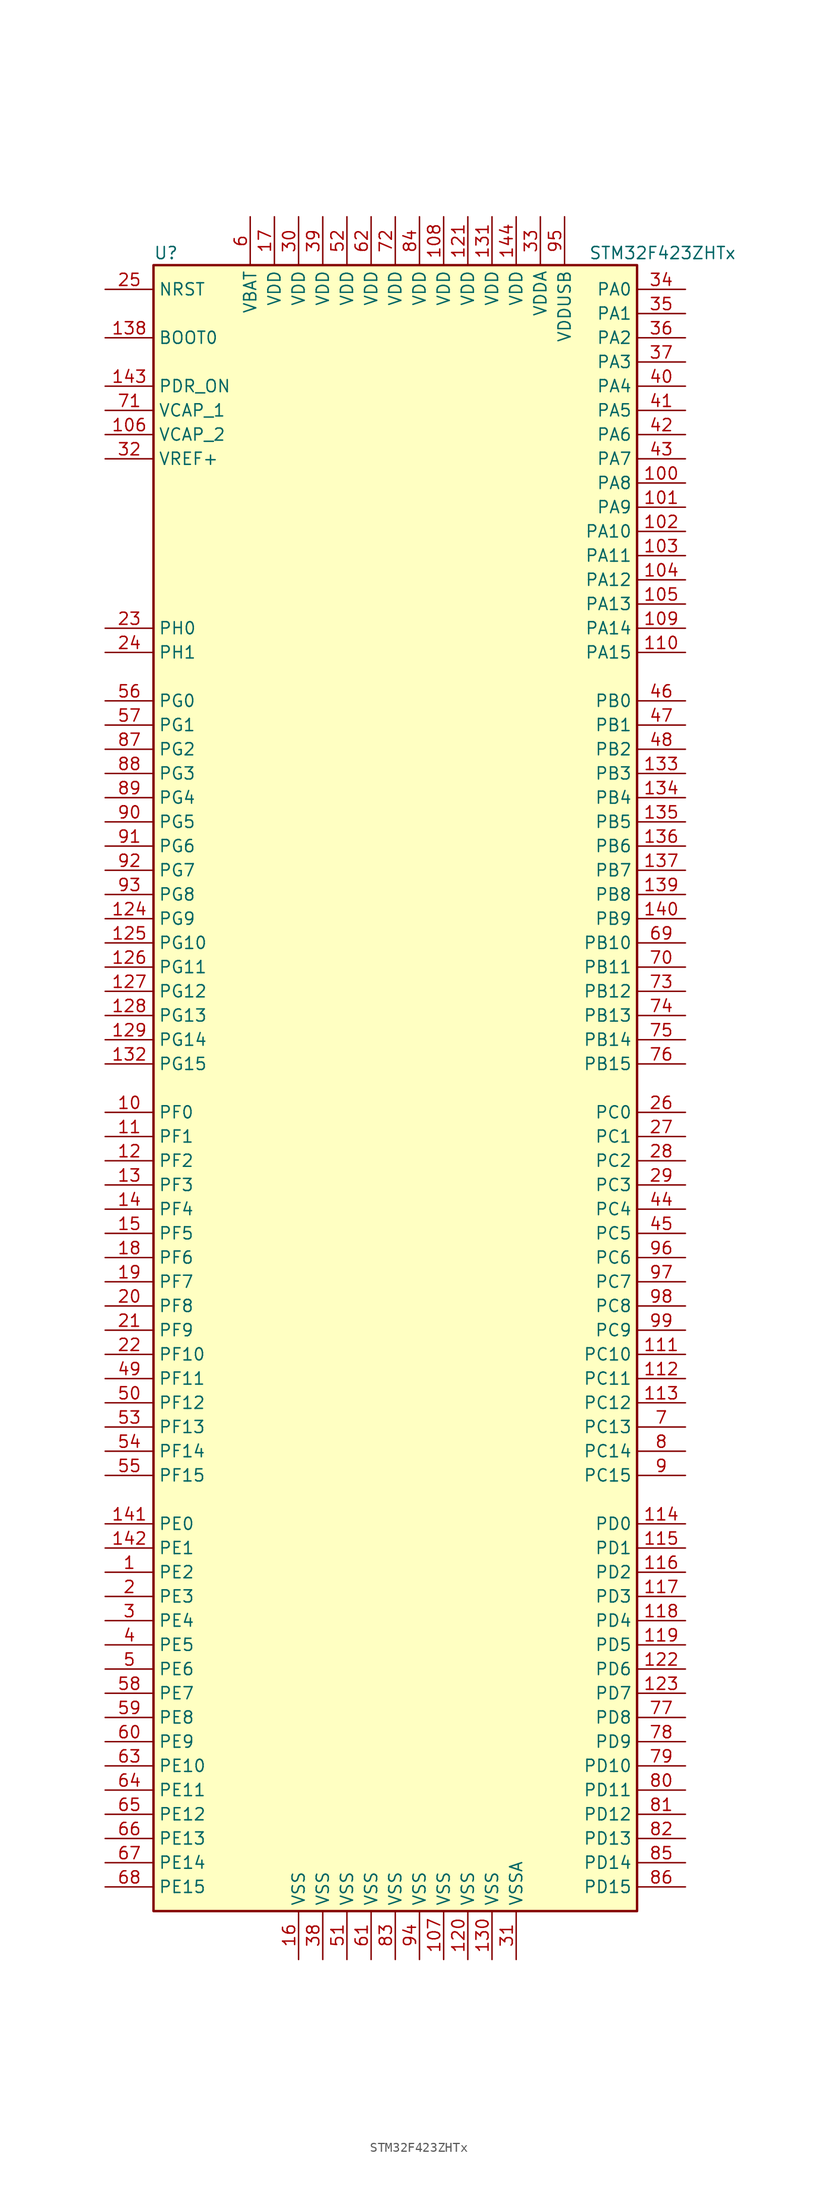
<source format=kicad_sym>
(kicad_symbol_lib
  (version 20220914)
  (generator kicad_symbol_editor)
  (symbol "STM32F423ZHTx"
    (property "Reference" "U"
      (at -25.4 87.63 0)
      (effects (font (size 1.27 1.27)) (justify left)))
    (property "Value" "STM32F423ZHTx"
      (at 20.32 87.63 0)
      (effects (font (size 1.27 1.27)) (justify left)))
    (symbol "STM32F423ZHTx_0_1"
      (rectangle (start -25.4 -86.36) (end 25.4 86.36) (stroke (width 0.254) (type default)) (fill (type background))))
    (symbol "STM32F423ZHTx_1_1"
      (pin bidirectional line (at -30.48 -50.8 0) (length 5.08) (name "PE2" (effects (font (size 1.27 1.27)))) (number "1" (effects (font (size 1.27 1.27)))))
      (pin bidirectional line (at -30.48 -2.54 0) (length 5.08) (name "PF0" (effects (font (size 1.27 1.27)))) (number "10" (effects (font (size 1.27 1.27)))))
      (pin bidirectional line (at 30.48 63.5 180) (length 5.08) (name "PA8" (effects (font (size 1.27 1.27)))) (number "100" (effects (font (size 1.27 1.27)))))
      (pin bidirectional line (at 30.48 60.96 180) (length 5.08) (name "PA9" (effects (font (size 1.27 1.27)))) (number "101" (effects (font (size 1.27 1.27)))))
      (pin bidirectional line (at 30.48 58.42 180) (length 5.08) (name "PA10" (effects (font (size 1.27 1.27)))) (number "102" (effects (font (size 1.27 1.27)))))
      (pin bidirectional line (at 30.48 55.88 180) (length 5.08) (name "PA11" (effects (font (size 1.27 1.27)))) (number "103" (effects (font (size 1.27 1.27)))))
      (pin bidirectional line (at 30.48 53.34 180) (length 5.08) (name "PA12" (effects (font (size 1.27 1.27)))) (number "104" (effects (font (size 1.27 1.27)))))
      (pin bidirectional line (at 30.48 50.8 180) (length 5.08) (name "PA13" (effects (font (size 1.27 1.27)))) (number "105" (effects (font (size 1.27 1.27)))))
      (pin power_in line (at -30.48 68.58 0) (length 5.08) (name "VCAP_2" (effects (font (size 1.27 1.27)))) (number "106" (effects (font (size 1.27 1.27)))))
      (pin power_in line (at 5.08 -91.44 90) (length 5.08) (name "VSS" (effects (font (size 1.27 1.27)))) (number "107" (effects (font (size 1.27 1.27)))))
      (pin power_in line (at 5.08 91.44 270) (length 5.08) (name "VDD" (effects (font (size 1.27 1.27)))) (number "108" (effects (font (size 1.27 1.27)))))
      (pin bidirectional line (at 30.48 48.26 180) (length 5.08) (name "PA14" (effects (font (size 1.27 1.27)))) (number "109" (effects (font (size 1.27 1.27)))))
      (pin bidirectional line (at -30.48 -5.08 0) (length 5.08) (name "PF1" (effects (font (size 1.27 1.27)))) (number "11" (effects (font (size 1.27 1.27)))))
      (pin bidirectional line (at 30.48 45.72 180) (length 5.08) (name "PA15" (effects (font (size 1.27 1.27)))) (number "110" (effects (font (size 1.27 1.27)))))
      (pin bidirectional line (at 30.48 -27.94 180) (length 5.08) (name "PC10" (effects (font (size 1.27 1.27)))) (number "111" (effects (font (size 1.27 1.27)))))
      (pin bidirectional line (at 30.48 -30.48 180) (length 5.08) (name "PC11" (effects (font (size 1.27 1.27)))) (number "112" (effects (font (size 1.27 1.27)))))
      (pin bidirectional line (at 30.48 -33.02 180) (length 5.08) (name "PC12" (effects (font (size 1.27 1.27)))) (number "113" (effects (font (size 1.27 1.27)))))
      (pin bidirectional line (at 30.48 -45.72 180) (length 5.08) (name "PD0" (effects (font (size 1.27 1.27)))) (number "114" (effects (font (size 1.27 1.27)))))
      (pin bidirectional line (at 30.48 -48.26 180) (length 5.08) (name "PD1" (effects (font (size 1.27 1.27)))) (number "115" (effects (font (size 1.27 1.27)))))
      (pin bidirectional line (at 30.48 -50.8 180) (length 5.08) (name "PD2" (effects (font (size 1.27 1.27)))) (number "116" (effects (font (size 1.27 1.27)))))
      (pin bidirectional line (at 30.48 -53.34 180) (length 5.08) (name "PD3" (effects (font (size 1.27 1.27)))) (number "117" (effects (font (size 1.27 1.27)))))
      (pin bidirectional line (at 30.48 -55.88 180) (length 5.08) (name "PD4" (effects (font (size 1.27 1.27)))) (number "118" (effects (font (size 1.27 1.27)))))
      (pin bidirectional line (at 30.48 -58.42 180) (length 5.08) (name "PD5" (effects (font (size 1.27 1.27)))) (number "119" (effects (font (size 1.27 1.27)))))
      (pin bidirectional line (at -30.48 -7.62 0) (length 5.08) (name "PF2" (effects (font (size 1.27 1.27)))) (number "12" (effects (font (size 1.27 1.27)))))
      (pin power_in line (at 7.62 -91.44 90) (length 5.08) (name "VSS" (effects (font (size 1.27 1.27)))) (number "120" (effects (font (size 1.27 1.27)))))
      (pin power_in line (at 7.62 91.44 270) (length 5.08) (name "VDD" (effects (font (size 1.27 1.27)))) (number "121" (effects (font (size 1.27 1.27)))))
      (pin bidirectional line (at 30.48 -60.96 180) (length 5.08) (name "PD6" (effects (font (size 1.27 1.27)))) (number "122" (effects (font (size 1.27 1.27)))))
      (pin bidirectional line (at 30.48 -63.5 180) (length 5.08) (name "PD7" (effects (font (size 1.27 1.27)))) (number "123" (effects (font (size 1.27 1.27)))))
      (pin bidirectional line (at -30.48 17.78 0) (length 5.08) (name "PG9" (effects (font (size 1.27 1.27)))) (number "124" (effects (font (size 1.27 1.27)))))
      (pin bidirectional line (at -30.48 15.24 0) (length 5.08) (name "PG10" (effects (font (size 1.27 1.27)))) (number "125" (effects (font (size 1.27 1.27)))))
      (pin bidirectional line (at -30.48 12.7 0) (length 5.08) (name "PG11" (effects (font (size 1.27 1.27)))) (number "126" (effects (font (size 1.27 1.27)))))
      (pin bidirectional line (at -30.48 10.16 0) (length 5.08) (name "PG12" (effects (font (size 1.27 1.27)))) (number "127" (effects (font (size 1.27 1.27)))))
      (pin bidirectional line (at -30.48 7.62 0) (length 5.08) (name "PG13" (effects (font (size 1.27 1.27)))) (number "128" (effects (font (size 1.27 1.27)))))
      (pin bidirectional line (at -30.48 5.08 0) (length 5.08) (name "PG14" (effects (font (size 1.27 1.27)))) (number "129" (effects (font (size 1.27 1.27)))))
      (pin bidirectional line (at -30.48 -10.16 0) (length 5.08) (name "PF3" (effects (font (size 1.27 1.27)))) (number "13" (effects (font (size 1.27 1.27)))))
      (pin power_in line (at 10.16 -91.44 90) (length 5.08) (name "VSS" (effects (font (size 1.27 1.27)))) (number "130" (effects (font (size 1.27 1.27)))))
      (pin power_in line (at 10.16 91.44 270) (length 5.08) (name "VDD" (effects (font (size 1.27 1.27)))) (number "131" (effects (font (size 1.27 1.27)))))
      (pin bidirectional line (at -30.48 2.54 0) (length 5.08) (name "PG15" (effects (font (size 1.27 1.27)))) (number "132" (effects (font (size 1.27 1.27)))))
      (pin bidirectional line (at 30.48 33.02 180) (length 5.08) (name "PB3" (effects (font (size 1.27 1.27)))) (number "133" (effects (font (size 1.27 1.27)))))
      (pin bidirectional line (at 30.48 30.48 180) (length 5.08) (name "PB4" (effects (font (size 1.27 1.27)))) (number "134" (effects (font (size 1.27 1.27)))))
      (pin bidirectional line (at 30.48 27.94 180) (length 5.08) (name "PB5" (effects (font (size 1.27 1.27)))) (number "135" (effects (font (size 1.27 1.27)))))
      (pin bidirectional line (at 30.48 25.4 180) (length 5.08) (name "PB6" (effects (font (size 1.27 1.27)))) (number "136" (effects (font (size 1.27 1.27)))))
      (pin bidirectional line (at 30.48 22.86 180) (length 5.08) (name "PB7" (effects (font (size 1.27 1.27)))) (number "137" (effects (font (size 1.27 1.27)))))
      (pin input line (at -30.48 78.74 0) (length 5.08) (name "BOOT0" (effects (font (size 1.27 1.27)))) (number "138" (effects (font (size 1.27 1.27)))))
      (pin bidirectional line (at 30.48 20.32 180) (length 5.08) (name "PB8" (effects (font (size 1.27 1.27)))) (number "139" (effects (font (size 1.27 1.27)))))
      (pin bidirectional line (at -30.48 -12.7 0) (length 5.08) (name "PF4" (effects (font (size 1.27 1.27)))) (number "14" (effects (font (size 1.27 1.27)))))
      (pin bidirectional line (at 30.48 17.78 180) (length 5.08) (name "PB9" (effects (font (size 1.27 1.27)))) (number "140" (effects (font (size 1.27 1.27)))))
      (pin bidirectional line (at -30.48 -45.72 0) (length 5.08) (name "PE0" (effects (font (size 1.27 1.27)))) (number "141" (effects (font (size 1.27 1.27)))))
      (pin bidirectional line (at -30.48 -48.26 0) (length 5.08) (name "PE1" (effects (font (size 1.27 1.27)))) (number "142" (effects (font (size 1.27 1.27)))))
      (pin power_in line (at -30.48 73.66 0) (length 5.08) (name "PDR_ON" (effects (font (size 1.27 1.27)))) (number "143" (effects (font (size 1.27 1.27)))))
      (pin power_in line (at 12.7 91.44 270) (length 5.08) (name "VDD" (effects (font (size 1.27 1.27)))) (number "144" (effects (font (size 1.27 1.27)))))
      (pin bidirectional line (at -30.48 -15.24 0) (length 5.08) (name "PF5" (effects (font (size 1.27 1.27)))) (number "15" (effects (font (size 1.27 1.27)))))
      (pin power_in line (at -10.16 -91.44 90) (length 5.08) (name "VSS" (effects (font (size 1.27 1.27)))) (number "16" (effects (font (size 1.27 1.27)))))
      (pin power_in line (at -12.7 91.44 270) (length 5.08) (name "VDD" (effects (font (size 1.27 1.27)))) (number "17" (effects (font (size 1.27 1.27)))))
      (pin bidirectional line (at -30.48 -17.78 0) (length 5.08) (name "PF6" (effects (font (size 1.27 1.27)))) (number "18" (effects (font (size 1.27 1.27)))))
      (pin bidirectional line (at -30.48 -20.32 0) (length 5.08) (name "PF7" (effects (font (size 1.27 1.27)))) (number "19" (effects (font (size 1.27 1.27)))))
      (pin bidirectional line (at -30.48 -53.34 0) (length 5.08) (name "PE3" (effects (font (size 1.27 1.27)))) (number "2" (effects (font (size 1.27 1.27)))))
      (pin bidirectional line (at -30.48 -22.86 0) (length 5.08) (name "PF8" (effects (font (size 1.27 1.27)))) (number "20" (effects (font (size 1.27 1.27)))))
      (pin bidirectional line (at -30.48 -25.4 0) (length 5.08) (name "PF9" (effects (font (size 1.27 1.27)))) (number "21" (effects (font (size 1.27 1.27)))))
      (pin bidirectional line (at -30.48 -27.94 0) (length 5.08) (name "PF10" (effects (font (size 1.27 1.27)))) (number "22" (effects (font (size 1.27 1.27)))))
      (pin input line (at -30.48 48.26 0) (length 5.08) (name "PH0" (effects (font (size 1.27 1.27)))) (number "23" (effects (font (size 1.27 1.27)))))
      (pin input line (at -30.48 45.72 0) (length 5.08) (name "PH1" (effects (font (size 1.27 1.27)))) (number "24" (effects (font (size 1.27 1.27)))))
      (pin input line (at -30.48 83.82 0) (length 5.08) (name "NRST" (effects (font (size 1.27 1.27)))) (number "25" (effects (font (size 1.27 1.27)))))
      (pin bidirectional line (at 30.48 -2.54 180) (length 5.08) (name "PC0" (effects (font (size 1.27 1.27)))) (number "26" (effects (font (size 1.27 1.27)))))
      (pin bidirectional line (at 30.48 -5.08 180) (length 5.08) (name "PC1" (effects (font (size 1.27 1.27)))) (number "27" (effects (font (size 1.27 1.27)))))
      (pin bidirectional line (at 30.48 -7.62 180) (length 5.08) (name "PC2" (effects (font (size 1.27 1.27)))) (number "28" (effects (font (size 1.27 1.27)))))
      (pin bidirectional line (at 30.48 -10.16 180) (length 5.08) (name "PC3" (effects (font (size 1.27 1.27)))) (number "29" (effects (font (size 1.27 1.27)))))
      (pin bidirectional line (at -30.48 -55.88 0) (length 5.08) (name "PE4" (effects (font (size 1.27 1.27)))) (number "3" (effects (font (size 1.27 1.27)))))
      (pin power_in line (at -10.16 91.44 270) (length 5.08) (name "VDD" (effects (font (size 1.27 1.27)))) (number "30" (effects (font (size 1.27 1.27)))))
      (pin power_in line (at 12.7 -91.44 90) (length 5.08) (name "VSSA" (effects (font (size 1.27 1.27)))) (number "31" (effects (font (size 1.27 1.27)))))
      (pin power_in line (at -30.48 66.04 0) (length 5.08) (name "VREF+" (effects (font (size 1.27 1.27)))) (number "32" (effects (font (size 1.27 1.27)))))
      (pin power_in line (at 15.24 91.44 270) (length 5.08) (name "VDDA" (effects (font (size 1.27 1.27)))) (number "33" (effects (font (size 1.27 1.27)))))
      (pin bidirectional line (at 30.48 83.82 180) (length 5.08) (name "PA0" (effects (font (size 1.27 1.27)))) (number "34" (effects (font (size 1.27 1.27)))))
      (pin bidirectional line (at 30.48 81.28 180) (length 5.08) (name "PA1" (effects (font (size 1.27 1.27)))) (number "35" (effects (font (size 1.27 1.27)))))
      (pin bidirectional line (at 30.48 78.74 180) (length 5.08) (name "PA2" (effects (font (size 1.27 1.27)))) (number "36" (effects (font (size 1.27 1.27)))))
      (pin bidirectional line (at 30.48 76.2 180) (length 5.08) (name "PA3" (effects (font (size 1.27 1.27)))) (number "37" (effects (font (size 1.27 1.27)))))
      (pin power_in line (at -7.62 -91.44 90) (length 5.08) (name "VSS" (effects (font (size 1.27 1.27)))) (number "38" (effects (font (size 1.27 1.27)))))
      (pin power_in line (at -7.62 91.44 270) (length 5.08) (name "VDD" (effects (font (size 1.27 1.27)))) (number "39" (effects (font (size 1.27 1.27)))))
      (pin bidirectional line (at -30.48 -58.42 0) (length 5.08) (name "PE5" (effects (font (size 1.27 1.27)))) (number "4" (effects (font (size 1.27 1.27)))))
      (pin bidirectional line (at 30.48 73.66 180) (length 5.08) (name "PA4" (effects (font (size 1.27 1.27)))) (number "40" (effects (font (size 1.27 1.27)))))
      (pin bidirectional line (at 30.48 71.12 180) (length 5.08) (name "PA5" (effects (font (size 1.27 1.27)))) (number "41" (effects (font (size 1.27 1.27)))))
      (pin bidirectional line (at 30.48 68.58 180) (length 5.08) (name "PA6" (effects (font (size 1.27 1.27)))) (number "42" (effects (font (size 1.27 1.27)))))
      (pin bidirectional line (at 30.48 66.04 180) (length 5.08) (name "PA7" (effects (font (size 1.27 1.27)))) (number "43" (effects (font (size 1.27 1.27)))))
      (pin bidirectional line (at 30.48 -12.7 180) (length 5.08) (name "PC4" (effects (font (size 1.27 1.27)))) (number "44" (effects (font (size 1.27 1.27)))))
      (pin bidirectional line (at 30.48 -15.24 180) (length 5.08) (name "PC5" (effects (font (size 1.27 1.27)))) (number "45" (effects (font (size 1.27 1.27)))))
      (pin bidirectional line (at 30.48 40.64 180) (length 5.08) (name "PB0" (effects (font (size 1.27 1.27)))) (number "46" (effects (font (size 1.27 1.27)))))
      (pin bidirectional line (at 30.48 38.1 180) (length 5.08) (name "PB1" (effects (font (size 1.27 1.27)))) (number "47" (effects (font (size 1.27 1.27)))))
      (pin bidirectional line (at 30.48 35.56 180) (length 5.08) (name "PB2" (effects (font (size 1.27 1.27)))) (number "48" (effects (font (size 1.27 1.27)))))
      (pin bidirectional line (at -30.48 -30.48 0) (length 5.08) (name "PF11" (effects (font (size 1.27 1.27)))) (number "49" (effects (font (size 1.27 1.27)))))
      (pin bidirectional line (at -30.48 -60.96 0) (length 5.08) (name "PE6" (effects (font (size 1.27 1.27)))) (number "5" (effects (font (size 1.27 1.27)))))
      (pin bidirectional line (at -30.48 -33.02 0) (length 5.08) (name "PF12" (effects (font (size 1.27 1.27)))) (number "50" (effects (font (size 1.27 1.27)))))
      (pin power_in line (at -5.08 -91.44 90) (length 5.08) (name "VSS" (effects (font (size 1.27 1.27)))) (number "51" (effects (font (size 1.27 1.27)))))
      (pin power_in line (at -5.08 91.44 270) (length 5.08) (name "VDD" (effects (font (size 1.27 1.27)))) (number "52" (effects (font (size 1.27 1.27)))))
      (pin bidirectional line (at -30.48 -35.56 0) (length 5.08) (name "PF13" (effects (font (size 1.27 1.27)))) (number "53" (effects (font (size 1.27 1.27)))))
      (pin bidirectional line (at -30.48 -38.1 0) (length 5.08) (name "PF14" (effects (font (size 1.27 1.27)))) (number "54" (effects (font (size 1.27 1.27)))))
      (pin bidirectional line (at -30.48 -40.64 0) (length 5.08) (name "PF15" (effects (font (size 1.27 1.27)))) (number "55" (effects (font (size 1.27 1.27)))))
      (pin bidirectional line (at -30.48 40.64 0) (length 5.08) (name "PG0" (effects (font (size 1.27 1.27)))) (number "56" (effects (font (size 1.27 1.27)))))
      (pin bidirectional line (at -30.48 38.1 0) (length 5.08) (name "PG1" (effects (font (size 1.27 1.27)))) (number "57" (effects (font (size 1.27 1.27)))))
      (pin bidirectional line (at -30.48 -63.5 0) (length 5.08) (name "PE7" (effects (font (size 1.27 1.27)))) (number "58" (effects (font (size 1.27 1.27)))))
      (pin bidirectional line (at -30.48 -66.04 0) (length 5.08) (name "PE8" (effects (font (size 1.27 1.27)))) (number "59" (effects (font (size 1.27 1.27)))))
      (pin power_in line (at -15.24 91.44 270) (length 5.08) (name "VBAT" (effects (font (size 1.27 1.27)))) (number "6" (effects (font (size 1.27 1.27)))))
      (pin bidirectional line (at -30.48 -68.58 0) (length 5.08) (name "PE9" (effects (font (size 1.27 1.27)))) (number "60" (effects (font (size 1.27 1.27)))))
      (pin power_in line (at -2.54 -91.44 90) (length 5.08) (name "VSS" (effects (font (size 1.27 1.27)))) (number "61" (effects (font (size 1.27 1.27)))))
      (pin power_in line (at -2.54 91.44 270) (length 5.08) (name "VDD" (effects (font (size 1.27 1.27)))) (number "62" (effects (font (size 1.27 1.27)))))
      (pin bidirectional line (at -30.48 -71.12 0) (length 5.08) (name "PE10" (effects (font (size 1.27 1.27)))) (number "63" (effects (font (size 1.27 1.27)))))
      (pin bidirectional line (at -30.48 -73.66 0) (length 5.08) (name "PE11" (effects (font (size 1.27 1.27)))) (number "64" (effects (font (size 1.27 1.27)))))
      (pin bidirectional line (at -30.48 -76.2 0) (length 5.08) (name "PE12" (effects (font (size 1.27 1.27)))) (number "65" (effects (font (size 1.27 1.27)))))
      (pin bidirectional line (at -30.48 -78.74 0) (length 5.08) (name "PE13" (effects (font (size 1.27 1.27)))) (number "66" (effects (font (size 1.27 1.27)))))
      (pin bidirectional line (at -30.48 -81.28 0) (length 5.08) (name "PE14" (effects (font (size 1.27 1.27)))) (number "67" (effects (font (size 1.27 1.27)))))
      (pin bidirectional line (at -30.48 -83.82 0) (length 5.08) (name "PE15" (effects (font (size 1.27 1.27)))) (number "68" (effects (font (size 1.27 1.27)))))
      (pin bidirectional line (at 30.48 15.24 180) (length 5.08) (name "PB10" (effects (font (size 1.27 1.27)))) (number "69" (effects (font (size 1.27 1.27)))))
      (pin bidirectional line (at 30.48 -35.56 180) (length 5.08) (name "PC13" (effects (font (size 1.27 1.27)))) (number "7" (effects (font (size 1.27 1.27)))))
      (pin bidirectional line (at 30.48 12.7 180) (length 5.08) (name "PB11" (effects (font (size 1.27 1.27)))) (number "70" (effects (font (size 1.27 1.27)))))
      (pin power_in line (at -30.48 71.12 0) (length 5.08) (name "VCAP_1" (effects (font (size 1.27 1.27)))) (number "71" (effects (font (size 1.27 1.27)))))
      (pin power_in line (at 0 91.44 270) (length 5.08) (name "VDD" (effects (font (size 1.27 1.27)))) (number "72" (effects (font (size 1.27 1.27)))))
      (pin bidirectional line (at 30.48 10.16 180) (length 5.08) (name "PB12" (effects (font (size 1.27 1.27)))) (number "73" (effects (font (size 1.27 1.27)))))
      (pin bidirectional line (at 30.48 7.62 180) (length 5.08) (name "PB13" (effects (font (size 1.27 1.27)))) (number "74" (effects (font (size 1.27 1.27)))))
      (pin bidirectional line (at 30.48 5.08 180) (length 5.08) (name "PB14" (effects (font (size 1.27 1.27)))) (number "75" (effects (font (size 1.27 1.27)))))
      (pin bidirectional line (at 30.48 2.54 180) (length 5.08) (name "PB15" (effects (font (size 1.27 1.27)))) (number "76" (effects (font (size 1.27 1.27)))))
      (pin bidirectional line (at 30.48 -66.04 180) (length 5.08) (name "PD8" (effects (font (size 1.27 1.27)))) (number "77" (effects (font (size 1.27 1.27)))))
      (pin bidirectional line (at 30.48 -68.58 180) (length 5.08) (name "PD9" (effects (font (size 1.27 1.27)))) (number "78" (effects (font (size 1.27 1.27)))))
      (pin bidirectional line (at 30.48 -71.12 180) (length 5.08) (name "PD10" (effects (font (size 1.27 1.27)))) (number "79" (effects (font (size 1.27 1.27)))))
      (pin bidirectional line (at 30.48 -38.1 180) (length 5.08) (name "PC14" (effects (font (size 1.27 1.27)))) (number "8" (effects (font (size 1.27 1.27)))))
      (pin bidirectional line (at 30.48 -73.66 180) (length 5.08) (name "PD11" (effects (font (size 1.27 1.27)))) (number "80" (effects (font (size 1.27 1.27)))))
      (pin bidirectional line (at 30.48 -76.2 180) (length 5.08) (name "PD12" (effects (font (size 1.27 1.27)))) (number "81" (effects (font (size 1.27 1.27)))))
      (pin bidirectional line (at 30.48 -78.74 180) (length 5.08) (name "PD13" (effects (font (size 1.27 1.27)))) (number "82" (effects (font (size 1.27 1.27)))))
      (pin power_in line (at 0 -91.44 90) (length 5.08) (name "VSS" (effects (font (size 1.27 1.27)))) (number "83" (effects (font (size 1.27 1.27)))))
      (pin power_in line (at 2.54 91.44 270) (length 5.08) (name "VDD" (effects (font (size 1.27 1.27)))) (number "84" (effects (font (size 1.27 1.27)))))
      (pin bidirectional line (at 30.48 -81.28 180) (length 5.08) (name "PD14" (effects (font (size 1.27 1.27)))) (number "85" (effects (font (size 1.27 1.27)))))
      (pin bidirectional line (at 30.48 -83.82 180) (length 5.08) (name "PD15" (effects (font (size 1.27 1.27)))) (number "86" (effects (font (size 1.27 1.27)))))
      (pin bidirectional line (at -30.48 35.56 0) (length 5.08) (name "PG2" (effects (font (size 1.27 1.27)))) (number "87" (effects (font (size 1.27 1.27)))))
      (pin bidirectional line (at -30.48 33.02 0) (length 5.08) (name "PG3" (effects (font (size 1.27 1.27)))) (number "88" (effects (font (size 1.27 1.27)))))
      (pin bidirectional line (at -30.48 30.48 0) (length 5.08) (name "PG4" (effects (font (size 1.27 1.27)))) (number "89" (effects (font (size 1.27 1.27)))))
      (pin bidirectional line (at 30.48 -40.64 180) (length 5.08) (name "PC15" (effects (font (size 1.27 1.27)))) (number "9" (effects (font (size 1.27 1.27)))))
      (pin bidirectional line (at -30.48 27.94 0) (length 5.08) (name "PG5" (effects (font (size 1.27 1.27)))) (number "90" (effects (font (size 1.27 1.27)))))
      (pin bidirectional line (at -30.48 25.4 0) (length 5.08) (name "PG6" (effects (font (size 1.27 1.27)))) (number "91" (effects (font (size 1.27 1.27)))))
      (pin bidirectional line (at -30.48 22.86 0) (length 5.08) (name "PG7" (effects (font (size 1.27 1.27)))) (number "92" (effects (font (size 1.27 1.27)))))
      (pin bidirectional line (at -30.48 20.32 0) (length 5.08) (name "PG8" (effects (font (size 1.27 1.27)))) (number "93" (effects (font (size 1.27 1.27)))))
      (pin power_in line (at 2.54 -91.44 90) (length 5.08) (name "VSS" (effects (font (size 1.27 1.27)))) (number "94" (effects (font (size 1.27 1.27)))))
      (pin power_in line (at 17.78 91.44 270) (length 5.08) (name "VDDUSB" (effects (font (size 1.27 1.27)))) (number "95" (effects (font (size 1.27 1.27)))))
      (pin bidirectional line (at 30.48 -17.78 180) (length 5.08) (name "PC6" (effects (font (size 1.27 1.27)))) (number "96" (effects (font (size 1.27 1.27)))))
      (pin bidirectional line (at 30.48 -20.32 180) (length 5.08) (name "PC7" (effects (font (size 1.27 1.27)))) (number "97" (effects (font (size 1.27 1.27)))))
      (pin bidirectional line (at 30.48 -22.86 180) (length 5.08) (name "PC8" (effects (font (size 1.27 1.27)))) (number "98" (effects (font (size 1.27 1.27)))))
      (pin bidirectional line (at 30.48 -25.4 180) (length 5.08) (name "PC9" (effects (font (size 1.27 1.27)))) (number "99" (effects (font (size 1.27 1.27))))))))
</source>
